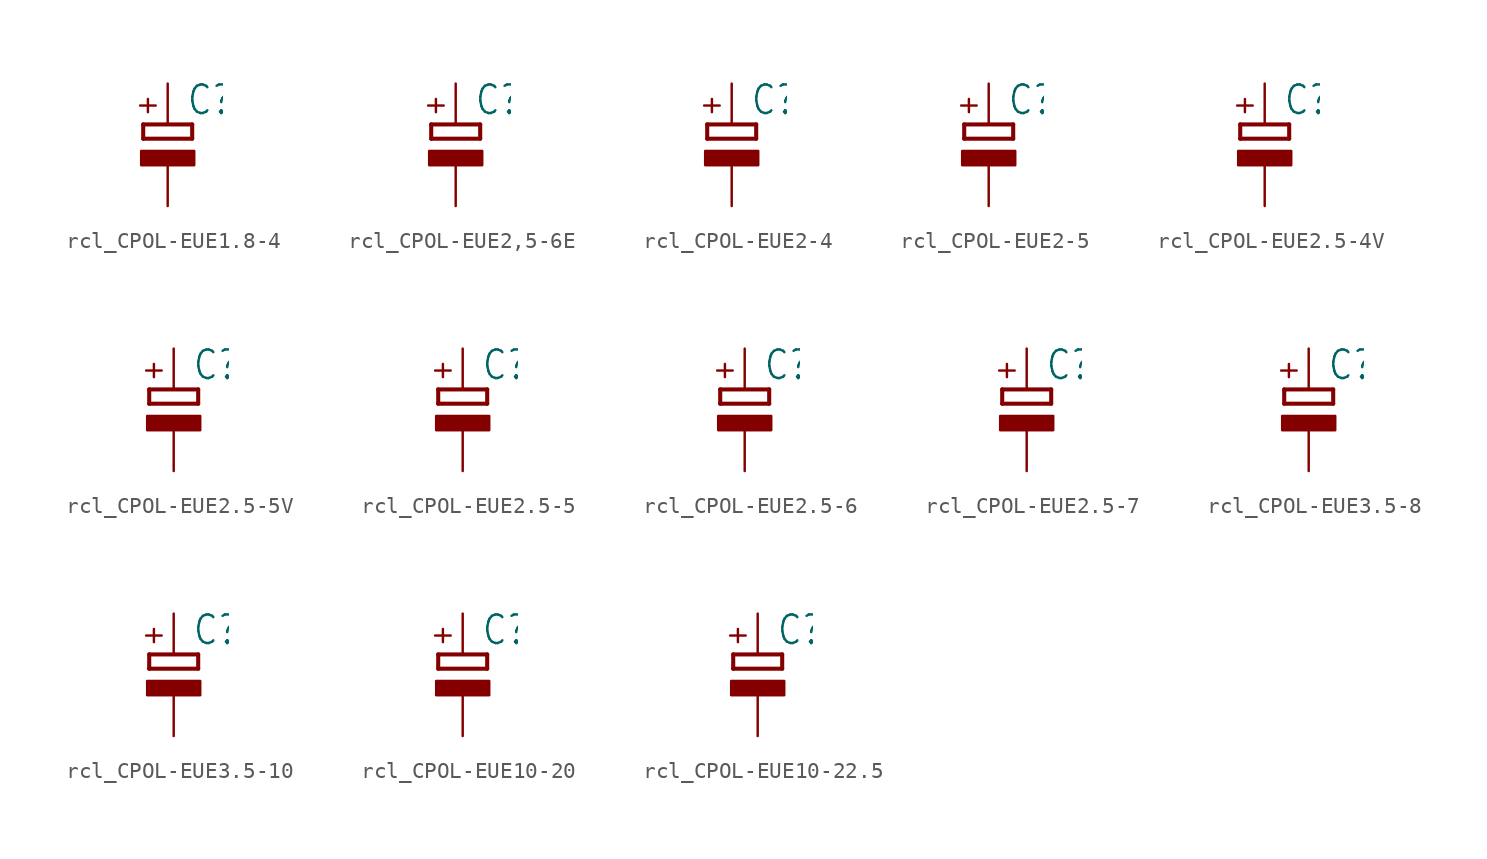
<source format=kicad_sym>
(kicad_symbol_lib
  (version 20241209)
  (generator "kicad_symbol_editor")
  (generator_version "9.0")
  (symbol "rcl_CPOL-EUE1.8-4"
    (property "Reference" "C"
      (at 1.143 0.483 0)
      (effects (font (size 1.778 1.511)) (justify left bottom)))
    (property "Value" ""
      (at 1.143 -4.597 0)
      (effects (font (size 1.778 1.511)) (justify left bottom)))
    (property "ki_locked" ""
      (at 0 0 0)
      (effects (font (size 1.27 1.27))))
    (symbol "rcl_CPOL-EUE1.8-4_1_0"
      (rectangle (start -1.651 -2.54) (end 1.651 -1.651) (stroke (width 0) (type default)) (fill (type outline)))
      (polyline (pts (xy -1.524 0) (xy -1.524 -0.889)) (stroke (width 0.254) (type solid)) (fill (type none)))
      (polyline (pts (xy -1.524 0) (xy 1.524 0)) (stroke (width 0.254) (type solid)) (fill (type none)))
      (polyline (pts (xy -1.524 -0.889) (xy 1.524 -0.889)) (stroke (width 0.254) (type solid)) (fill (type none)))
      (polyline (pts (xy 1.524 -0.889) (xy 1.524 0)) (stroke (width 0.254) (type solid)) (fill (type none)))
      (text "+" (at -0.584 0.406 900) (effects (font (size 1.27 1.079)) (justify left bottom)))
      (pin passive line (at 0 2.54 270) (length 2.54) (name "+" (effects (font (size 0 0)))) (number "+" (effects (font (size 0 0)))))
      (pin passive line (at 0 -5.08 90) (length 2.54) (name "-" (effects (font (size 0 0)))) (number "-" (effects (font (size 0 0)))))))
  (symbol "rcl_CPOL-EUE2,5-6E"
    (property "Reference" "C"
      (at 1.143 0.483 0)
      (effects (font (size 1.778 1.511)) (justify left bottom)))
    (property "Value" ""
      (at 1.143 -4.597 0)
      (effects (font (size 1.778 1.511)) (justify left bottom)))
    (property "ki_locked" ""
      (at 0 0 0)
      (effects (font (size 1.27 1.27))))
    (symbol "rcl_CPOL-EUE2,5-6E_1_0"
      (rectangle (start -1.651 -2.54) (end 1.651 -1.651) (stroke (width 0) (type default)) (fill (type outline)))
      (polyline (pts (xy -1.524 0) (xy -1.524 -0.889)) (stroke (width 0.254) (type solid)) (fill (type none)))
      (polyline (pts (xy -1.524 0) (xy 1.524 0)) (stroke (width 0.254) (type solid)) (fill (type none)))
      (polyline (pts (xy -1.524 -0.889) (xy 1.524 -0.889)) (stroke (width 0.254) (type solid)) (fill (type none)))
      (polyline (pts (xy 1.524 -0.889) (xy 1.524 0)) (stroke (width 0.254) (type solid)) (fill (type none)))
      (text "+" (at -0.584 0.406 900) (effects (font (size 1.27 1.079)) (justify left bottom)))
      (pin passive line (at 0 2.54 270) (length 2.54) (name "+" (effects (font (size 0 0)))) (number "+" (effects (font (size 0 0)))))
      (pin passive line (at 0 -5.08 90) (length 2.54) (name "-" (effects (font (size 0 0)))) (number "-" (effects (font (size 0 0)))))))
  (symbol "rcl_CPOL-EUE2-4"
    (property "Reference" "C"
      (at 1.143 0.483 0)
      (effects (font (size 1.778 1.511)) (justify left bottom)))
    (property "Value" ""
      (at 1.143 -4.597 0)
      (effects (font (size 1.778 1.511)) (justify left bottom)))
    (property "ki_locked" ""
      (at 0 0 0)
      (effects (font (size 1.27 1.27))))
    (symbol "rcl_CPOL-EUE2-4_1_0"
      (rectangle (start -1.651 -2.54) (end 1.651 -1.651) (stroke (width 0) (type default)) (fill (type outline)))
      (polyline (pts (xy -1.524 0) (xy -1.524 -0.889)) (stroke (width 0.254) (type solid)) (fill (type none)))
      (polyline (pts (xy -1.524 0) (xy 1.524 0)) (stroke (width 0.254) (type solid)) (fill (type none)))
      (polyline (pts (xy -1.524 -0.889) (xy 1.524 -0.889)) (stroke (width 0.254) (type solid)) (fill (type none)))
      (polyline (pts (xy 1.524 -0.889) (xy 1.524 0)) (stroke (width 0.254) (type solid)) (fill (type none)))
      (text "+" (at -0.584 0.406 900) (effects (font (size 1.27 1.079)) (justify left bottom)))
      (pin passive line (at 0 2.54 270) (length 2.54) (name "+" (effects (font (size 0 0)))) (number "+" (effects (font (size 0 0)))))
      (pin passive line (at 0 -5.08 90) (length 2.54) (name "-" (effects (font (size 0 0)))) (number "-" (effects (font (size 0 0)))))))
  (symbol "rcl_CPOL-EUE2-5"
    (property "Reference" "C"
      (at 1.143 0.483 0)
      (effects (font (size 1.778 1.511)) (justify left bottom)))
    (property "Value" ""
      (at 1.143 -4.597 0)
      (effects (font (size 1.778 1.511)) (justify left bottom)))
    (property "ki_locked" ""
      (at 0 0 0)
      (effects (font (size 1.27 1.27))))
    (symbol "rcl_CPOL-EUE2-5_1_0"
      (rectangle (start -1.651 -2.54) (end 1.651 -1.651) (stroke (width 0) (type default)) (fill (type outline)))
      (polyline (pts (xy -1.524 0) (xy -1.524 -0.889)) (stroke (width 0.254) (type solid)) (fill (type none)))
      (polyline (pts (xy -1.524 0) (xy 1.524 0)) (stroke (width 0.254) (type solid)) (fill (type none)))
      (polyline (pts (xy -1.524 -0.889) (xy 1.524 -0.889)) (stroke (width 0.254) (type solid)) (fill (type none)))
      (polyline (pts (xy 1.524 -0.889) (xy 1.524 0)) (stroke (width 0.254) (type solid)) (fill (type none)))
      (text "+" (at -0.584 0.406 900) (effects (font (size 1.27 1.079)) (justify left bottom)))
      (pin passive line (at 0 2.54 270) (length 2.54) (name "+" (effects (font (size 0 0)))) (number "+" (effects (font (size 0 0)))))
      (pin passive line (at 0 -5.08 90) (length 2.54) (name "-" (effects (font (size 0 0)))) (number "-" (effects (font (size 0 0)))))))
  (symbol "rcl_CPOL-EUE2.5-4V"
    (property "Reference" "C"
      (at 1.143 0.483 0)
      (effects (font (size 1.778 1.511)) (justify left bottom)))
    (property "Value" ""
      (at 1.143 -4.597 0)
      (effects (font (size 1.778 1.511)) (justify left bottom)))
    (property "ki_locked" ""
      (at 0 0 0)
      (effects (font (size 1.27 1.27))))
    (symbol "rcl_CPOL-EUE2.5-4V_1_0"
      (rectangle (start -1.651 -2.54) (end 1.651 -1.651) (stroke (width 0) (type default)) (fill (type outline)))
      (polyline (pts (xy -1.524 0) (xy -1.524 -0.889)) (stroke (width 0.254) (type solid)) (fill (type none)))
      (polyline (pts (xy -1.524 0) (xy 1.524 0)) (stroke (width 0.254) (type solid)) (fill (type none)))
      (polyline (pts (xy -1.524 -0.889) (xy 1.524 -0.889)) (stroke (width 0.254) (type solid)) (fill (type none)))
      (polyline (pts (xy 1.524 -0.889) (xy 1.524 0)) (stroke (width 0.254) (type solid)) (fill (type none)))
      (text "+" (at -0.584 0.406 900) (effects (font (size 1.27 1.079)) (justify left bottom)))
      (pin passive line (at 0 2.54 270) (length 2.54) (name "+" (effects (font (size 0 0)))) (number "+" (effects (font (size 0 0)))))
      (pin passive line (at 0 -5.08 90) (length 2.54) (name "-" (effects (font (size 0 0)))) (number "-" (effects (font (size 0 0)))))))
  (symbol "rcl_CPOL-EUE2.5-5V"
    (property "Reference" "C"
      (at 1.143 0.483 0)
      (effects (font (size 1.778 1.511)) (justify left bottom)))
    (property "Value" ""
      (at 1.143 -4.597 0)
      (effects (font (size 1.778 1.511)) (justify left bottom)))
    (property "ki_locked" ""
      (at 0 0 0)
      (effects (font (size 1.27 1.27))))
    (symbol "rcl_CPOL-EUE2.5-5V_1_0"
      (rectangle (start -1.651 -2.54) (end 1.651 -1.651) (stroke (width 0) (type default)) (fill (type outline)))
      (polyline (pts (xy -1.524 0) (xy -1.524 -0.889)) (stroke (width 0.254) (type solid)) (fill (type none)))
      (polyline (pts (xy -1.524 0) (xy 1.524 0)) (stroke (width 0.254) (type solid)) (fill (type none)))
      (polyline (pts (xy -1.524 -0.889) (xy 1.524 -0.889)) (stroke (width 0.254) (type solid)) (fill (type none)))
      (polyline (pts (xy 1.524 -0.889) (xy 1.524 0)) (stroke (width 0.254) (type solid)) (fill (type none)))
      (text "+" (at -0.584 0.406 900) (effects (font (size 1.27 1.079)) (justify left bottom)))
      (pin passive line (at 0 2.54 270) (length 2.54) (name "+" (effects (font (size 0 0)))) (number "+" (effects (font (size 0 0)))))
      (pin passive line (at 0 -5.08 90) (length 2.54) (name "-" (effects (font (size 0 0)))) (number "-" (effects (font (size 0 0)))))))
  (symbol "rcl_CPOL-EUE2.5-5"
    (property "Reference" "C"
      (at 1.143 0.483 0)
      (effects (font (size 1.778 1.511)) (justify left bottom)))
    (property "Value" ""
      (at 1.143 -4.597 0)
      (effects (font (size 1.778 1.511)) (justify left bottom)))
    (property "ki_locked" ""
      (at 0 0 0)
      (effects (font (size 1.27 1.27))))
    (symbol "rcl_CPOL-EUE2.5-5_1_0"
      (rectangle (start -1.651 -2.54) (end 1.651 -1.651) (stroke (width 0) (type default)) (fill (type outline)))
      (polyline (pts (xy -1.524 0) (xy -1.524 -0.889)) (stroke (width 0.254) (type solid)) (fill (type none)))
      (polyline (pts (xy -1.524 0) (xy 1.524 0)) (stroke (width 0.254) (type solid)) (fill (type none)))
      (polyline (pts (xy -1.524 -0.889) (xy 1.524 -0.889)) (stroke (width 0.254) (type solid)) (fill (type none)))
      (polyline (pts (xy 1.524 -0.889) (xy 1.524 0)) (stroke (width 0.254) (type solid)) (fill (type none)))
      (text "+" (at -0.584 0.406 900) (effects (font (size 1.27 1.079)) (justify left bottom)))
      (pin passive line (at 0 2.54 270) (length 2.54) (name "+" (effects (font (size 0 0)))) (number "+" (effects (font (size 0 0)))))
      (pin passive line (at 0 -5.08 90) (length 2.54) (name "-" (effects (font (size 0 0)))) (number "-" (effects (font (size 0 0)))))))
  (symbol "rcl_CPOL-EUE2.5-6"
    (property "Reference" "C"
      (at 1.143 0.483 0)
      (effects (font (size 1.778 1.511)) (justify left bottom)))
    (property "Value" ""
      (at 1.143 -4.597 0)
      (effects (font (size 1.778 1.511)) (justify left bottom)))
    (property "ki_locked" ""
      (at 0 0 0)
      (effects (font (size 1.27 1.27))))
    (symbol "rcl_CPOL-EUE2.5-6_1_0"
      (rectangle (start -1.651 -2.54) (end 1.651 -1.651) (stroke (width 0) (type default)) (fill (type outline)))
      (polyline (pts (xy -1.524 0) (xy -1.524 -0.889)) (stroke (width 0.254) (type solid)) (fill (type none)))
      (polyline (pts (xy -1.524 0) (xy 1.524 0)) (stroke (width 0.254) (type solid)) (fill (type none)))
      (polyline (pts (xy -1.524 -0.889) (xy 1.524 -0.889)) (stroke (width 0.254) (type solid)) (fill (type none)))
      (polyline (pts (xy 1.524 -0.889) (xy 1.524 0)) (stroke (width 0.254) (type solid)) (fill (type none)))
      (text "+" (at -0.584 0.406 900) (effects (font (size 1.27 1.079)) (justify left bottom)))
      (pin passive line (at 0 2.54 270) (length 2.54) (name "+" (effects (font (size 0 0)))) (number "+" (effects (font (size 0 0)))))
      (pin passive line (at 0 -5.08 90) (length 2.54) (name "-" (effects (font (size 0 0)))) (number "-" (effects (font (size 0 0)))))))
  (symbol "rcl_CPOL-EUE2.5-7"
    (property "Reference" "C"
      (at 1.143 0.483 0)
      (effects (font (size 1.778 1.511)) (justify left bottom)))
    (property "Value" ""
      (at 1.143 -4.597 0)
      (effects (font (size 1.778 1.511)) (justify left bottom)))
    (property "ki_locked" ""
      (at 0 0 0)
      (effects (font (size 1.27 1.27))))
    (symbol "rcl_CPOL-EUE2.5-7_1_0"
      (rectangle (start -1.651 -2.54) (end 1.651 -1.651) (stroke (width 0) (type default)) (fill (type outline)))
      (polyline (pts (xy -1.524 0) (xy -1.524 -0.889)) (stroke (width 0.254) (type solid)) (fill (type none)))
      (polyline (pts (xy -1.524 0) (xy 1.524 0)) (stroke (width 0.254) (type solid)) (fill (type none)))
      (polyline (pts (xy -1.524 -0.889) (xy 1.524 -0.889)) (stroke (width 0.254) (type solid)) (fill (type none)))
      (polyline (pts (xy 1.524 -0.889) (xy 1.524 0)) (stroke (width 0.254) (type solid)) (fill (type none)))
      (text "+" (at -0.584 0.406 900) (effects (font (size 1.27 1.079)) (justify left bottom)))
      (pin passive line (at 0 2.54 270) (length 2.54) (name "+" (effects (font (size 0 0)))) (number "+" (effects (font (size 0 0)))))
      (pin passive line (at 0 -5.08 90) (length 2.54) (name "-" (effects (font (size 0 0)))) (number "-" (effects (font (size 0 0)))))))
  (symbol "rcl_CPOL-EUE3.5-8"
    (property "Reference" "C"
      (at 1.143 0.483 0)
      (effects (font (size 1.778 1.511)) (justify left bottom)))
    (property "Value" ""
      (at 1.143 -4.597 0)
      (effects (font (size 1.778 1.511)) (justify left bottom)))
    (property "ki_locked" ""
      (at 0 0 0)
      (effects (font (size 1.27 1.27))))
    (symbol "rcl_CPOL-EUE3.5-8_1_0"
      (rectangle (start -1.651 -2.54) (end 1.651 -1.651) (stroke (width 0) (type default)) (fill (type outline)))
      (polyline (pts (xy -1.524 0) (xy -1.524 -0.889)) (stroke (width 0.254) (type solid)) (fill (type none)))
      (polyline (pts (xy -1.524 0) (xy 1.524 0)) (stroke (width 0.254) (type solid)) (fill (type none)))
      (polyline (pts (xy -1.524 -0.889) (xy 1.524 -0.889)) (stroke (width 0.254) (type solid)) (fill (type none)))
      (polyline (pts (xy 1.524 -0.889) (xy 1.524 0)) (stroke (width 0.254) (type solid)) (fill (type none)))
      (text "+" (at -0.584 0.406 900) (effects (font (size 1.27 1.079)) (justify left bottom)))
      (pin passive line (at 0 2.54 270) (length 2.54) (name "+" (effects (font (size 0 0)))) (number "+" (effects (font (size 0 0)))))
      (pin passive line (at 0 -5.08 90) (length 2.54) (name "-" (effects (font (size 0 0)))) (number "-" (effects (font (size 0 0)))))))
  (symbol "rcl_CPOL-EUE3.5-10"
    (property "Reference" "C"
      (at 1.143 0.483 0)
      (effects (font (size 1.778 1.511)) (justify left bottom)))
    (property "Value" ""
      (at 1.143 -4.597 0)
      (effects (font (size 1.778 1.511)) (justify left bottom)))
    (property "ki_locked" ""
      (at 0 0 0)
      (effects (font (size 1.27 1.27))))
    (symbol "rcl_CPOL-EUE3.5-10_1_0"
      (rectangle (start -1.651 -2.54) (end 1.651 -1.651) (stroke (width 0) (type default)) (fill (type outline)))
      (polyline (pts (xy -1.524 0) (xy -1.524 -0.889)) (stroke (width 0.254) (type solid)) (fill (type none)))
      (polyline (pts (xy -1.524 0) (xy 1.524 0)) (stroke (width 0.254) (type solid)) (fill (type none)))
      (polyline (pts (xy -1.524 -0.889) (xy 1.524 -0.889)) (stroke (width 0.254) (type solid)) (fill (type none)))
      (polyline (pts (xy 1.524 -0.889) (xy 1.524 0)) (stroke (width 0.254) (type solid)) (fill (type none)))
      (text "+" (at -0.584 0.406 900) (effects (font (size 1.27 1.079)) (justify left bottom)))
      (pin passive line (at 0 2.54 270) (length 2.54) (name "+" (effects (font (size 0 0)))) (number "+" (effects (font (size 0 0)))))
      (pin passive line (at 0 -5.08 90) (length 2.54) (name "-" (effects (font (size 0 0)))) (number "-" (effects (font (size 0 0)))))))
  (symbol "rcl_CPOL-EUE10-20"
    (property "Reference" "C"
      (at 1.143 0.483 0)
      (effects (font (size 1.778 1.511)) (justify left bottom)))
    (property "Value" ""
      (at 1.143 -4.597 0)
      (effects (font (size 1.778 1.511)) (justify left bottom)))
    (property "ki_locked" ""
      (at 0 0 0)
      (effects (font (size 1.27 1.27))))
    (symbol "rcl_CPOL-EUE10-20_1_0"
      (rectangle (start -1.651 -2.54) (end 1.651 -1.651) (stroke (width 0) (type default)) (fill (type outline)))
      (polyline (pts (xy -1.524 0) (xy -1.524 -0.889)) (stroke (width 0.254) (type solid)) (fill (type none)))
      (polyline (pts (xy -1.524 0) (xy 1.524 0)) (stroke (width 0.254) (type solid)) (fill (type none)))
      (polyline (pts (xy -1.524 -0.889) (xy 1.524 -0.889)) (stroke (width 0.254) (type solid)) (fill (type none)))
      (polyline (pts (xy 1.524 -0.889) (xy 1.524 0)) (stroke (width 0.254) (type solid)) (fill (type none)))
      (text "+" (at -0.584 0.406 900) (effects (font (size 1.27 1.079)) (justify left bottom)))
      (pin passive line (at 0 2.54 270) (length 2.54) (name "+" (effects (font (size 0 0)))) (number "+" (effects (font (size 0 0)))))
      (pin passive line (at 0 -5.08 90) (length 2.54) (name "-" (effects (font (size 0 0)))) (number "-" (effects (font (size 0 0)))))))
  (symbol "rcl_CPOL-EUE10-22.5"
    (property "Reference" "C"
      (at 1.143 0.483 0)
      (effects (font (size 1.778 1.511)) (justify left bottom)))
    (property "Value" ""
      (at 1.143 -4.597 0)
      (effects (font (size 1.778 1.511)) (justify left bottom)))
    (property "ki_locked" ""
      (at 0 0 0)
      (effects (font (size 1.27 1.27))))
    (symbol "rcl_CPOL-EUE10-22.5_1_0"
      (rectangle (start -1.651 -2.54) (end 1.651 -1.651) (stroke (width 0) (type default)) (fill (type outline)))
      (polyline (pts (xy -1.524 0) (xy -1.524 -0.889)) (stroke (width 0.254) (type solid)) (fill (type none)))
      (polyline (pts (xy -1.524 0) (xy 1.524 0)) (stroke (width 0.254) (type solid)) (fill (type none)))
      (polyline (pts (xy -1.524 -0.889) (xy 1.524 -0.889)) (stroke (width 0.254) (type solid)) (fill (type none)))
      (polyline (pts (xy 1.524 -0.889) (xy 1.524 0)) (stroke (width 0.254) (type solid)) (fill (type none)))
      (text "+" (at -0.584 0.406 900) (effects (font (size 1.27 1.079)) (justify left bottom)))
      (pin passive line (at 0 2.54 270) (length 2.54) (name "+" (effects (font (size 0 0)))) (number "+" (effects (font (size 0 0)))))
      (pin passive line (at 0 -5.08 90) (length 2.54) (name "-" (effects (font (size 0 0)))) (number "-" (effects (font (size 0 0))))))))
</source>
